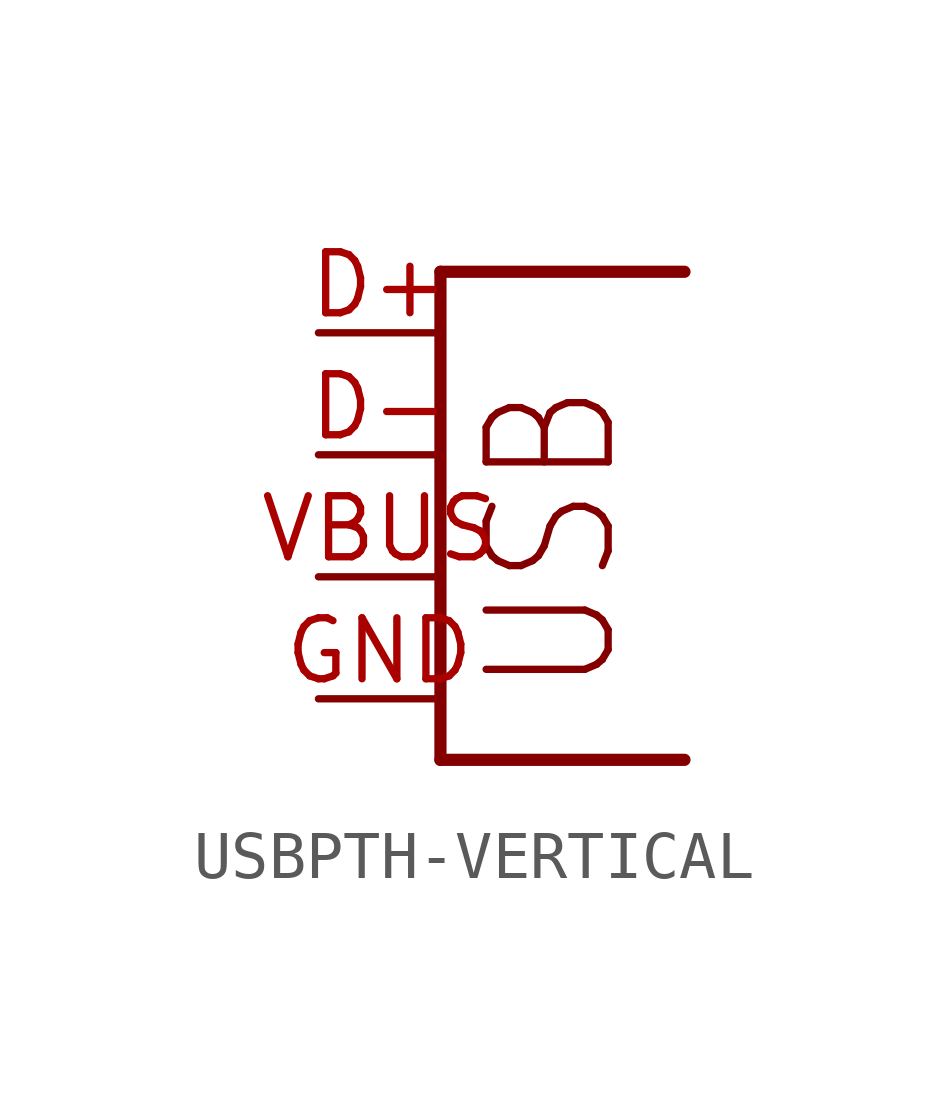
<source format=kicad_sym>
(kicad_symbol_lib
  (version 20231120)
  (generator "kicad_symbol_editor")
  (generator_version "8.0")
  (symbol "USBPTH-VERTICAL"
    (property "Reference" "JP"
      (at 0 0 0)
      (effects (font (size 1.27 1.27)) (hide yes)))
    (property "ki_locked" ""
      (at 0 0 0)
      (effects (font (size 1.27 1.27))))
    (symbol "USBPTH-VERTICAL_1_0"
      (polyline (pts (xy 0 -1.27) (xy 5.08 -1.27)) (stroke (width 0.254) (type solid)) (fill (type none)))
      (polyline (pts (xy 0 8.89) (xy 0 -1.27)) (stroke (width 0.254) (type solid)) (fill (type none)))
      (polyline (pts (xy 5.08 8.89) (xy 0 8.89)) (stroke (width 0.254) (type solid)) (fill (type none)))
      (text "USB" (at 3.81 0 900) (effects (font (size 2.54 2.159)) (justify left bottom)))
      (pin bidirectional line (at -2.54 7.62 0) (length 2.54) (name "D+" (effects (font (size 0 0)))) (number "D+" (effects (font (size 1.27 1.27)))))
      (pin bidirectional line (at -2.54 5.08 0) (length 2.54) (name "D-" (effects (font (size 0 0)))) (number "D-" (effects (font (size 1.27 1.27)))))
      (pin bidirectional line (at -2.54 0 0) (length 2.54) (name "GND" (effects (font (size 0 0)))) (number "GND" (effects (font (size 1.27 1.27)))))
      (pin bidirectional line (at -2.54 2.54 0) (length 2.54) (name "VBUS" (effects (font (size 0 0)))) (number "VBUS" (effects (font (size 1.27 1.27))))))))
</source>
